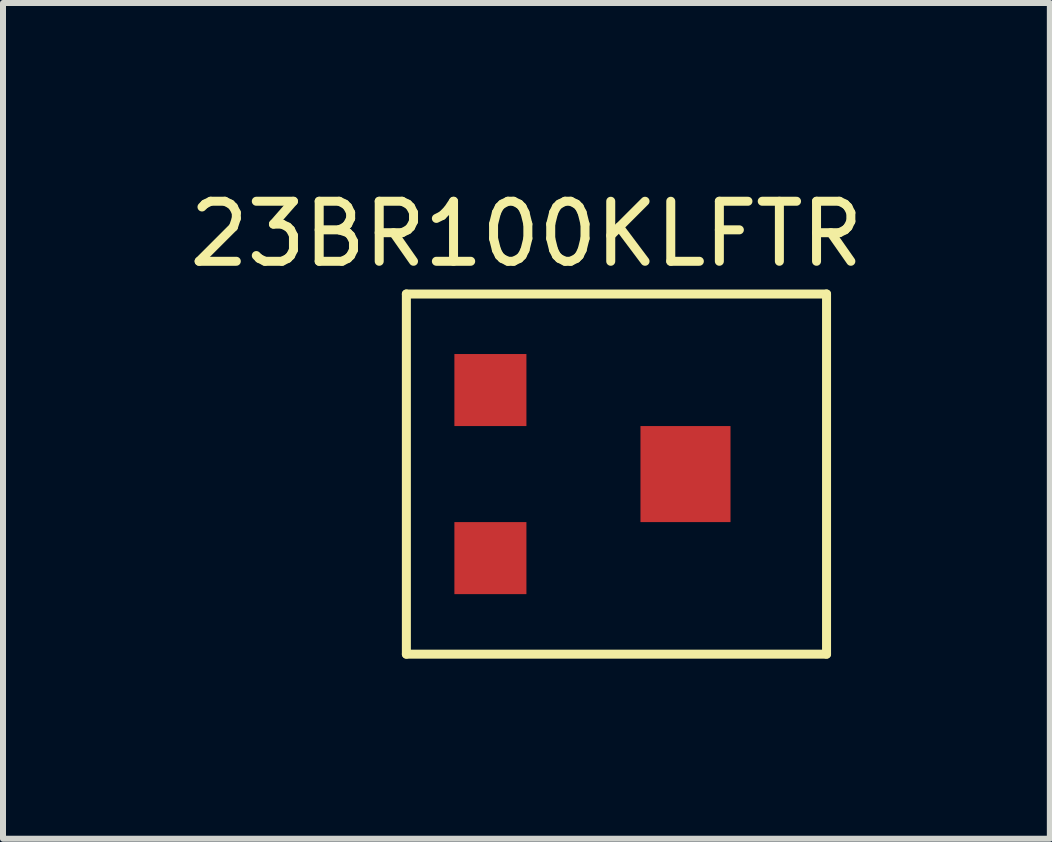
<source format=kicad_pcb>
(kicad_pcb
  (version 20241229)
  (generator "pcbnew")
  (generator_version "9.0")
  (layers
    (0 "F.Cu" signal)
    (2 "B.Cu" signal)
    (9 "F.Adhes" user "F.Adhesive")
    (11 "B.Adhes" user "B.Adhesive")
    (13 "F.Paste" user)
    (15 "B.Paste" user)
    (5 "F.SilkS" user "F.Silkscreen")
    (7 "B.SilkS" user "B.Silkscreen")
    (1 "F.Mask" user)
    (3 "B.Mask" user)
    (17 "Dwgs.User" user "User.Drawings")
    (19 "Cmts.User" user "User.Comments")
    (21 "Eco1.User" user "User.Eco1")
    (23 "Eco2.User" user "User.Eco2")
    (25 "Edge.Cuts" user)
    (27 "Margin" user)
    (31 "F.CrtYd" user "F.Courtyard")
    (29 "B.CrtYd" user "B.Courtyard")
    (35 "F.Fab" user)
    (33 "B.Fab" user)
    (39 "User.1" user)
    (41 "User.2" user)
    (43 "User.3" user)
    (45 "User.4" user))
  (footprint "23BR100KLFTR"
    (layer "F.Cu")
    (at 6.72 4.848)
    (property "Reference" "23BR100KLFTR" (at -1 -4 0) (layer "F.SilkS") (effects (font (size 1 1) (thickness 0.15))))
    (attr through_hole)
    (fp_line (start -3 -3) (end 4 -3) (stroke (width 0.15) (type solid)) (layer "F.SilkS"))
    (fp_line (start -3 3) (end -3 -3) (stroke (width 0.15) (type solid)) (layer "F.SilkS"))
    (fp_line (start 4 -3) (end 4 3) (stroke (width 0.15) (type solid)) (layer "F.SilkS"))
    (fp_line (start 4 3) (end -3 3) (stroke (width 0.15) (type solid)) (layer "F.SilkS"))
    (pad "1" smd rect (at -1.6 -1.4) (size 1.2 1.2) (layers "F.Cu" "F.Mask" "F.Paste"))
    (pad "2" smd rect (at 1.65 0) (size 1.5 1.6) (layers "F.Cu" "F.Mask" "F.Paste"))
    (pad "3" smd rect (at -1.6 1.4) (size 1.2 1.2) (layers "F.Cu" "F.Mask" "F.Paste")))
  (gr_rect
    (start -3 -3)
    (end 14.44 10.923)
    (stroke (width 0.1) (type default))
    (fill no)
    (layer "Edge.Cuts")))
</source>
